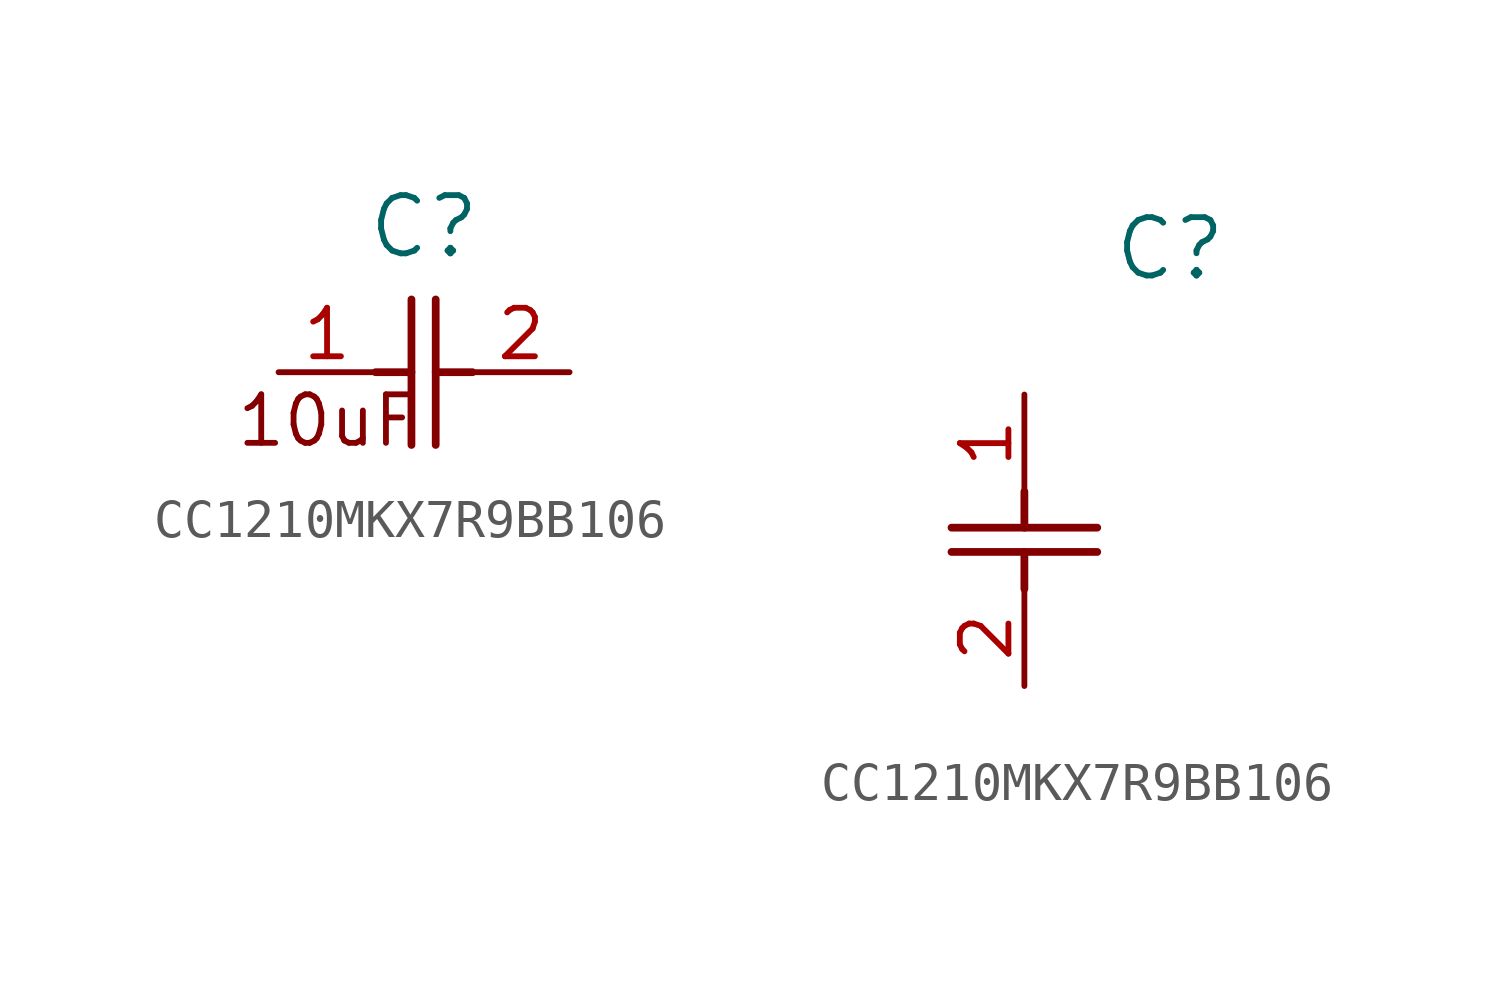
<source format=kicad_sym>
(kicad_symbol_lib
  (version 20220914)
  (generator kicad_symbol_editor)
  (symbol "CC1210MKX7R9BB106"
    (pin_names
      (offset 0.254))
    (property "Reference" "C"
      (at 3.81 3.81 0)
      (effects (font (size 1.524 1.524))))
    (property "ki_locked" ""
      (at 0 0 0)
      (effects (font (size 1.27 1.27))))
    (symbol "CC1210MKX7R9BB106_1_1"
      (polyline (pts (xy 2.54 0) (xy 3.48 0)) (stroke (width 0.203) (type default)) (fill (type none)))
      (polyline (pts (xy 3.48 -1.905) (xy 3.48 1.905)) (stroke (width 0.203) (type default)) (fill (type none)))
      (polyline (pts (xy 4.115 -1.905) (xy 4.115 1.905)) (stroke (width 0.203) (type default)) (fill (type none)))
      (polyline (pts (xy 4.115 0) (xy 5.08 0)) (stroke (width 0.203) (type default)) (fill (type none)))
      (text "10uF" (at 1.27 -1.27 0) (effects (font (size 1.27 1.27))))
      (pin unspecified line (at 0 0 0) (length 2.54) (name "" (effects (font (size 1.27 1.27)))) (number "1" (effects (font (size 1.27 1.27)))))
      (pin unspecified line (at 7.62 0 180) (length 2.54) (name "" (effects (font (size 1.27 1.27)))) (number "2" (effects (font (size 1.27 1.27))))))
    (symbol "CC1210MKX7R9BB106_1_2"
      (polyline (pts (xy -1.905 -4.115) (xy 1.905 -4.115)) (stroke (width 0.203) (type default)) (fill (type none)))
      (polyline (pts (xy -1.905 -3.48) (xy 1.905 -3.48)) (stroke (width 0.203) (type default)) (fill (type none)))
      (polyline (pts (xy 0 -4.115) (xy 0 -5.08)) (stroke (width 0.203) (type default)) (fill (type none)))
      (polyline (pts (xy 0 -2.54) (xy 0 -3.48)) (stroke (width 0.203) (type default)) (fill (type none)))
      (pin unspecified line (at 0 0 270) (length 2.54) (name "" (effects (font (size 1.27 1.27)))) (number "1" (effects (font (size 1.27 1.27)))))
      (pin unspecified line (at 0 -7.62 90) (length 2.54) (name "" (effects (font (size 1.27 1.27)))) (number "2" (effects (font (size 1.27 1.27))))))))
</source>
